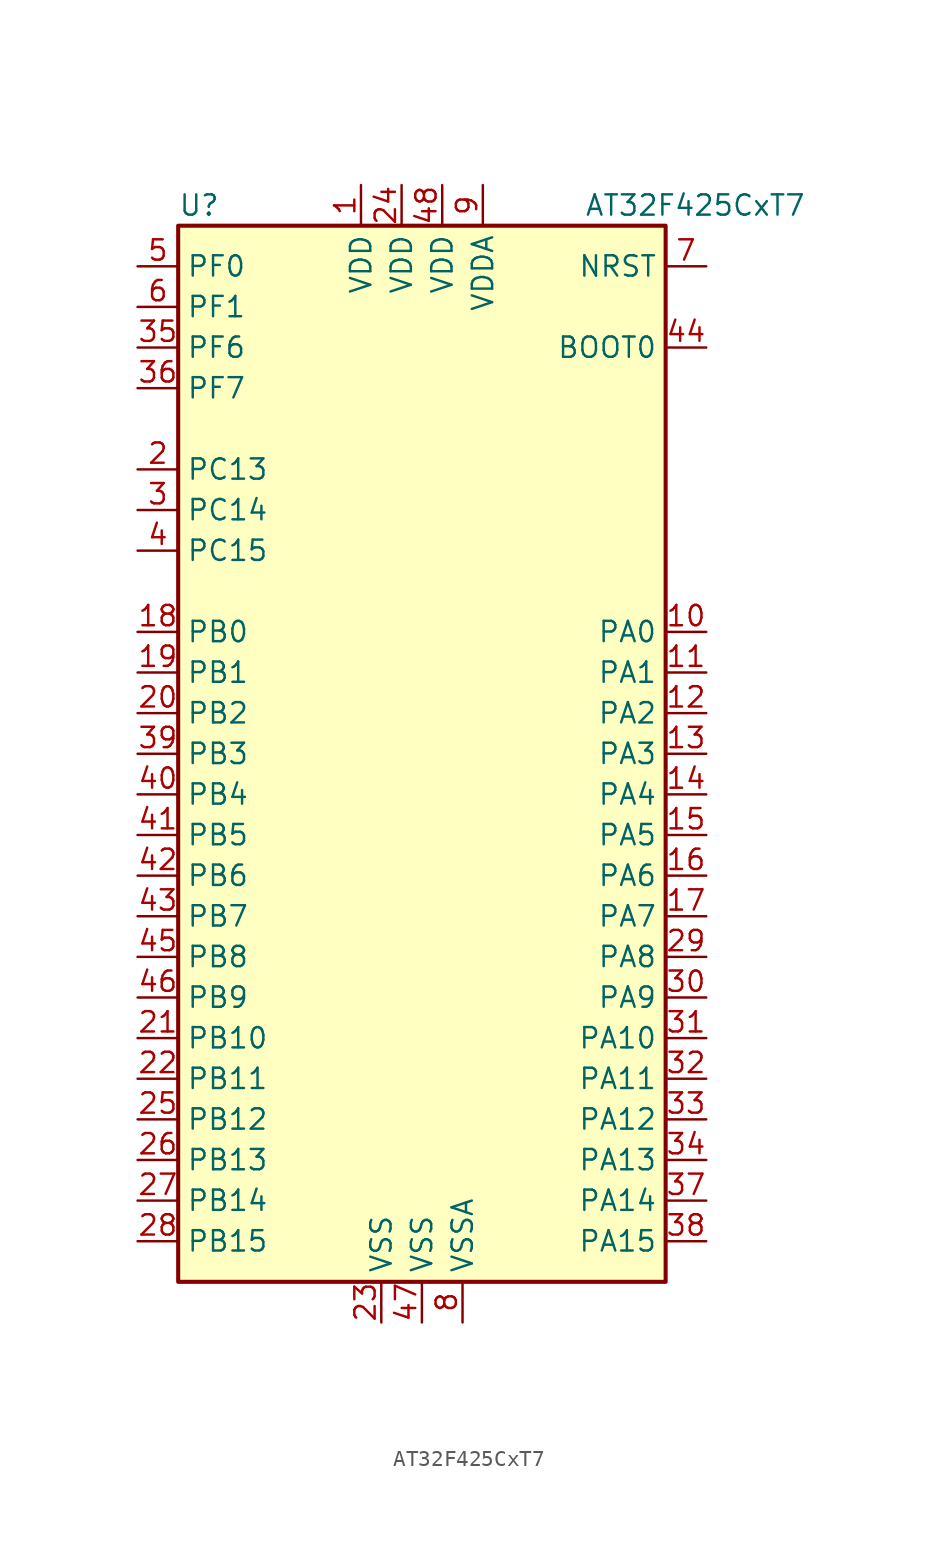
<source format=kicad_sym>
(kicad_symbol_lib
  (version 20220331)
  (generator kicad_symbol_editor)
  (symbol "AT32F425CxT7"
    (property "Reference" "U"
      (at -15.24 34.29 0)
      (effects (font (size 1.27 1.27)) (justify left)))
    (property "Value" "AT32F425CxT7"
      (at 10.16 34.29 0)
      (effects (font (size 1.27 1.27)) (justify left)))
    (symbol "AT32F425CxT7_0_1"
      (rectangle (start -15.24 33.02) (end 15.24 -33.02) (stroke (width 0.254) (type default)) (fill (type background))))
    (symbol "AT32F425CxT7_1_1"
      (pin power_in line (at -3.81 35.56 270) (length 2.54) (name "VDD" (effects (font (size 1.27 1.27)))) (number "1" (effects (font (size 1.27 1.27)))))
      (pin bidirectional line (at 17.78 7.62 180) (length 2.54) (name "PA0" (effects (font (size 1.27 1.27)))) (number "10" (effects (font (size 1.27 1.27)))))
      (pin bidirectional line (at 17.78 5.08 180) (length 2.54) (name "PA1" (effects (font (size 1.27 1.27)))) (number "11" (effects (font (size 1.27 1.27)))))
      (pin bidirectional line (at 17.78 2.54 180) (length 2.54) (name "PA2" (effects (font (size 1.27 1.27)))) (number "12" (effects (font (size 1.27 1.27)))))
      (pin bidirectional line (at 17.78 0 180) (length 2.54) (name "PA3" (effects (font (size 1.27 1.27)))) (number "13" (effects (font (size 1.27 1.27)))))
      (pin bidirectional line (at 17.78 -2.54 180) (length 2.54) (name "PA4" (effects (font (size 1.27 1.27)))) (number "14" (effects (font (size 1.27 1.27)))))
      (pin bidirectional line (at 17.78 -5.08 180) (length 2.54) (name "PA5" (effects (font (size 1.27 1.27)))) (number "15" (effects (font (size 1.27 1.27)))))
      (pin bidirectional line (at 17.78 -7.62 180) (length 2.54) (name "PA6" (effects (font (size 1.27 1.27)))) (number "16" (effects (font (size 1.27 1.27)))))
      (pin bidirectional line (at 17.78 -10.16 180) (length 2.54) (name "PA7" (effects (font (size 1.27 1.27)))) (number "17" (effects (font (size 1.27 1.27)))))
      (pin bidirectional line (at -17.78 7.62 0) (length 2.54) (name "PB0" (effects (font (size 1.27 1.27)))) (number "18" (effects (font (size 1.27 1.27)))))
      (pin bidirectional line (at -17.78 5.08 0) (length 2.54) (name "PB1" (effects (font (size 1.27 1.27)))) (number "19" (effects (font (size 1.27 1.27)))))
      (pin bidirectional line (at -17.78 17.78 0) (length 2.54) (name "PC13" (effects (font (size 1.27 1.27)))) (number "2" (effects (font (size 1.27 1.27)))))
      (pin bidirectional line (at -17.78 2.54 0) (length 2.54) (name "PB2" (effects (font (size 1.27 1.27)))) (number "20" (effects (font (size 1.27 1.27)))))
      (pin bidirectional line (at -17.78 -17.78 0) (length 2.54) (name "PB10" (effects (font (size 1.27 1.27)))) (number "21" (effects (font (size 1.27 1.27)))))
      (pin bidirectional line (at -17.78 -20.32 0) (length 2.54) (name "PB11" (effects (font (size 1.27 1.27)))) (number "22" (effects (font (size 1.27 1.27)))))
      (pin power_in line (at -2.54 -35.56 90) (length 2.54) (name "VSS" (effects (font (size 1.27 1.27)))) (number "23" (effects (font (size 1.27 1.27)))))
      (pin power_in line (at -1.27 35.56 270) (length 2.54) (name "VDD" (effects (font (size 1.27 1.27)))) (number "24" (effects (font (size 1.27 1.27)))))
      (pin bidirectional line (at -17.78 -22.86 0) (length 2.54) (name "PB12" (effects (font (size 1.27 1.27)))) (number "25" (effects (font (size 1.27 1.27)))))
      (pin bidirectional line (at -17.78 -25.4 0) (length 2.54) (name "PB13" (effects (font (size 1.27 1.27)))) (number "26" (effects (font (size 1.27 1.27)))))
      (pin bidirectional line (at -17.78 -27.94 0) (length 2.54) (name "PB14" (effects (font (size 1.27 1.27)))) (number "27" (effects (font (size 1.27 1.27)))))
      (pin bidirectional line (at -17.78 -30.48 0) (length 2.54) (name "PB15" (effects (font (size 1.27 1.27)))) (number "28" (effects (font (size 1.27 1.27)))))
      (pin bidirectional line (at 17.78 -12.7 180) (length 2.54) (name "PA8" (effects (font (size 1.27 1.27)))) (number "29" (effects (font (size 1.27 1.27)))))
      (pin bidirectional line (at -17.78 15.24 0) (length 2.54) (name "PC14" (effects (font (size 1.27 1.27)))) (number "3" (effects (font (size 1.27 1.27)))))
      (pin bidirectional line (at 17.78 -15.24 180) (length 2.54) (name "PA9" (effects (font (size 1.27 1.27)))) (number "30" (effects (font (size 1.27 1.27)))))
      (pin bidirectional line (at 17.78 -17.78 180) (length 2.54) (name "PA10" (effects (font (size 1.27 1.27)))) (number "31" (effects (font (size 1.27 1.27)))))
      (pin bidirectional line (at 17.78 -20.32 180) (length 2.54) (name "PA11" (effects (font (size 1.27 1.27)))) (number "32" (effects (font (size 1.27 1.27)))))
      (pin bidirectional line (at 17.78 -22.86 180) (length 2.54) (name "PA12" (effects (font (size 1.27 1.27)))) (number "33" (effects (font (size 1.27 1.27)))))
      (pin bidirectional line (at 17.78 -25.4 180) (length 2.54) (name "PA13" (effects (font (size 1.27 1.27)))) (number "34" (effects (font (size 1.27 1.27)))))
      (pin bidirectional line (at -17.78 25.4 0) (length 2.54) (name "PF6" (effects (font (size 1.27 1.27)))) (number "35" (effects (font (size 1.27 1.27)))))
      (pin bidirectional line (at -17.78 22.86 0) (length 2.54) (name "PF7" (effects (font (size 1.27 1.27)))) (number "36" (effects (font (size 1.27 1.27)))))
      (pin bidirectional line (at 17.78 -27.94 180) (length 2.54) (name "PA14" (effects (font (size 1.27 1.27)))) (number "37" (effects (font (size 1.27 1.27)))))
      (pin bidirectional line (at 17.78 -30.48 180) (length 2.54) (name "PA15" (effects (font (size 1.27 1.27)))) (number "38" (effects (font (size 1.27 1.27)))))
      (pin bidirectional line (at -17.78 0 0) (length 2.54) (name "PB3" (effects (font (size 1.27 1.27)))) (number "39" (effects (font (size 1.27 1.27)))))
      (pin bidirectional line (at -17.78 12.7 0) (length 2.54) (name "PC15" (effects (font (size 1.27 1.27)))) (number "4" (effects (font (size 1.27 1.27)))))
      (pin bidirectional line (at -17.78 -2.54 0) (length 2.54) (name "PB4" (effects (font (size 1.27 1.27)))) (number "40" (effects (font (size 1.27 1.27)))))
      (pin bidirectional line (at -17.78 -5.08 0) (length 2.54) (name "PB5" (effects (font (size 1.27 1.27)))) (number "41" (effects (font (size 1.27 1.27)))))
      (pin bidirectional line (at -17.78 -7.62 0) (length 2.54) (name "PB6" (effects (font (size 1.27 1.27)))) (number "42" (effects (font (size 1.27 1.27)))))
      (pin bidirectional line (at -17.78 -10.16 0) (length 2.54) (name "PB7" (effects (font (size 1.27 1.27)))) (number "43" (effects (font (size 1.27 1.27)))))
      (pin input line (at 17.78 25.4 180) (length 2.54) (name "BOOT0" (effects (font (size 1.27 1.27)))) (number "44" (effects (font (size 1.27 1.27)))))
      (pin bidirectional line (at -17.78 -12.7 0) (length 2.54) (name "PB8" (effects (font (size 1.27 1.27)))) (number "45" (effects (font (size 1.27 1.27)))))
      (pin bidirectional line (at -17.78 -15.24 0) (length 2.54) (name "PB9" (effects (font (size 1.27 1.27)))) (number "46" (effects (font (size 1.27 1.27)))))
      (pin power_in line (at 0 -35.56 90) (length 2.54) (name "VSS" (effects (font (size 1.27 1.27)))) (number "47" (effects (font (size 1.27 1.27)))))
      (pin power_in line (at 1.27 35.56 270) (length 2.54) (name "VDD" (effects (font (size 1.27 1.27)))) (number "48" (effects (font (size 1.27 1.27)))))
      (pin input line (at -17.78 30.48 0) (length 2.54) (name "PF0" (effects (font (size 1.27 1.27)))) (number "5" (effects (font (size 1.27 1.27)))))
      (pin input line (at -17.78 27.94 0) (length 2.54) (name "PF1" (effects (font (size 1.27 1.27)))) (number "6" (effects (font (size 1.27 1.27)))))
      (pin input line (at 17.78 30.48 180) (length 2.54) (name "NRST" (effects (font (size 1.27 1.27)))) (number "7" (effects (font (size 1.27 1.27)))))
      (pin power_in line (at 2.54 -35.56 90) (length 2.54) (name "VSSA" (effects (font (size 1.27 1.27)))) (number "8" (effects (font (size 1.27 1.27)))))
      (pin power_in line (at 3.81 35.56 270) (length 2.54) (name "VDDA" (effects (font (size 1.27 1.27)))) (number "9" (effects (font (size 1.27 1.27))))))))
</source>
